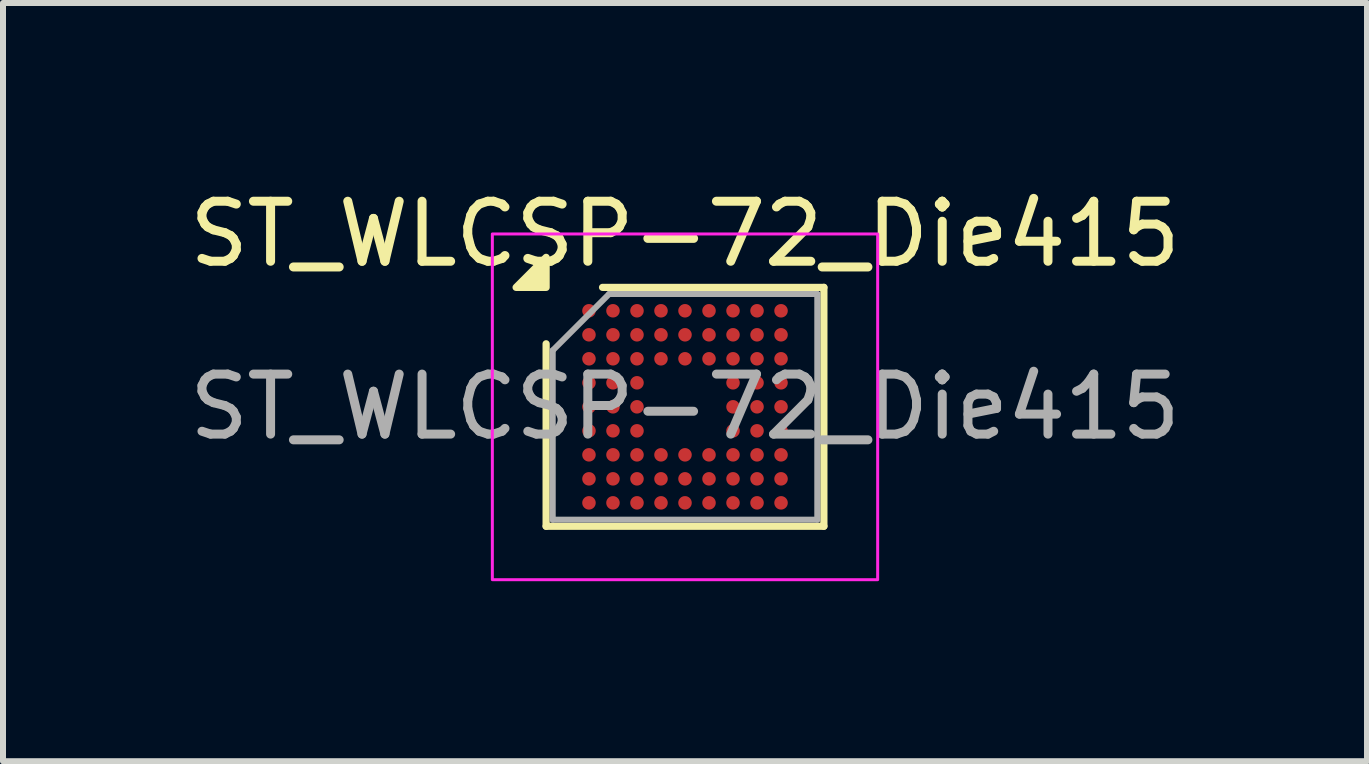
<source format=kicad_pcb>
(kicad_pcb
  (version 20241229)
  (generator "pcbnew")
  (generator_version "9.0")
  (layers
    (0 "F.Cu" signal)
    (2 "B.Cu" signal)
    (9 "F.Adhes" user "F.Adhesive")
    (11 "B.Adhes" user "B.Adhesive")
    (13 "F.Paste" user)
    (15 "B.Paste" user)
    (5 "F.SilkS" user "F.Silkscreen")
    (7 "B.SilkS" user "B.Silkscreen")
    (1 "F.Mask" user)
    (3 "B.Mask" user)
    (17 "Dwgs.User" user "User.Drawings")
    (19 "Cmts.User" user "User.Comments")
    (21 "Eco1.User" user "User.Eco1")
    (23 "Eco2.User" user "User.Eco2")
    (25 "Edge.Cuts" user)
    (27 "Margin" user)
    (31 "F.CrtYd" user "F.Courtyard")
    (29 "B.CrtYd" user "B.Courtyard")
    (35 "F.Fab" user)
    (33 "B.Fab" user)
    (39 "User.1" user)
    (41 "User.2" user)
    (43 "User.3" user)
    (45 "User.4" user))
  (footprint "ST_WLCSP-72_Die415"
    (layer "F.Cu")
    (at 8.363 3.728)
    (property "Reference" "ST_WLCSP-72_Die415" (at 0 -2.88 0) (layer "F.SilkS") (effects (font (size 1 1) (thickness 0.15))))
    (attr smd)
    (fp_line (start -2.314 1.99) (end -2.314 -1.05) (stroke (width 0.12) (type solid)) (layer "F.SilkS"))
    (fp_line (start -1.374 -1.99) (end 2.314 -1.99) (stroke (width 0.12) (type solid)) (layer "F.SilkS"))
    (fp_line (start 2.314 -1.99) (end 2.314 1.99) (stroke (width 0.12) (type solid)) (layer "F.SilkS"))
    (fp_line (start 2.314 1.99) (end -2.314 1.99) (stroke (width 0.12) (type solid)) (layer "F.SilkS"))
    (fp_poly (pts (xy -2.314 -1.99) (xy -2.814 -1.99) (xy -2.314 -2.49)) (stroke (width 0.12) (type solid)) (fill yes) (layer "F.SilkS"))
    (fp_rect (start -3.21 -2.88) (end 3.21 2.88) (stroke (width 0.05) (type solid)) (fill no) (layer "F.CrtYd"))
    (fp_line (start -2.204 -0.94) (end -1.264 -1.88) (stroke (width 0.1) (type solid)) (layer "F.Fab"))
    (fp_line (start -2.204 1.88) (end -2.204 -0.94) (stroke (width 0.1) (type solid)) (layer "F.Fab"))
    (fp_line (start -1.264 -1.88) (end 2.204 -1.88) (stroke (width 0.1) (type solid)) (layer "F.Fab"))
    (fp_line (start 2.204 -1.88) (end 2.204 1.88) (stroke (width 0.1) (type solid)) (layer "F.Fab"))
    (fp_line (start 2.204 1.88) (end -2.204 1.88) (stroke (width 0.1) (type solid)) (layer "F.Fab"))
    (fp_text user "${REFERENCE}" (at 0 0 0) (layer "F.Fab") (effects (font (size 1 1) (thickness 0.15))))
    (pad "A1" smd circle (at -1.6 -1.6) (size 0.225 0.225) (property pad_prop_bga) (layers "F.Cu" "F.Mask" "F.Paste"))
    (pad "A2" smd circle (at -1.2 -1.6) (size 0.225 0.225) (property pad_prop_bga) (layers "F.Cu" "F.Mask" "F.Paste"))
    (pad "A3" smd circle (at -0.8 -1.6) (size 0.225 0.225) (property pad_prop_bga) (layers "F.Cu" "F.Mask" "F.Paste"))
    (pad "A4" smd circle (at -0.4 -1.6) (size 0.225 0.225) (property pad_prop_bga) (layers "F.Cu" "F.Mask" "F.Paste"))
    (pad "A5" smd circle (at 0 -1.6) (size 0.225 0.225) (property pad_prop_bga) (layers "F.Cu" "F.Mask" "F.Paste"))
    (pad "A6" smd circle (at 0.4 -1.6) (size 0.225 0.225) (property pad_prop_bga) (layers "F.Cu" "F.Mask" "F.Paste"))
    (pad "A7" smd circle (at 0.8 -1.6) (size 0.225 0.225) (property pad_prop_bga) (layers "F.Cu" "F.Mask" "F.Paste"))
    (pad "A8" smd circle (at 1.2 -1.6) (size 0.225 0.225) (property pad_prop_bga) (layers "F.Cu" "F.Mask" "F.Paste"))
    (pad "A9" smd circle (at 1.6 -1.6) (size 0.225 0.225) (property pad_prop_bga) (layers "F.Cu" "F.Mask" "F.Paste"))
    (pad "B1" smd circle (at -1.6 -1.2) (size 0.225 0.225) (property pad_prop_bga) (layers "F.Cu" "F.Mask" "F.Paste"))
    (pad "B2" smd circle (at -1.2 -1.2) (size 0.225 0.225) (property pad_prop_bga) (layers "F.Cu" "F.Mask" "F.Paste"))
    (pad "B3" smd circle (at -0.8 -1.2) (size 0.225 0.225) (property pad_prop_bga) (layers "F.Cu" "F.Mask" "F.Paste"))
    (pad "B4" smd circle (at -0.4 -1.2) (size 0.225 0.225) (property pad_prop_bga) (layers "F.Cu" "F.Mask" "F.Paste"))
    (pad "B5" smd circle (at 0 -1.2) (size 0.225 0.225) (property pad_prop_bga) (layers "F.Cu" "F.Mask" "F.Paste"))
    (pad "B6" smd circle (at 0.4 -1.2) (size 0.225 0.225) (property pad_prop_bga) (layers "F.Cu" "F.Mask" "F.Paste"))
    (pad "B7" smd circle (at 0.8 -1.2) (size 0.225 0.225) (property pad_prop_bga) (layers "F.Cu" "F.Mask" "F.Paste"))
    (pad "B8" smd circle (at 1.2 -1.2) (size 0.225 0.225) (property pad_prop_bga) (layers "F.Cu" "F.Mask" "F.Paste"))
    (pad "B9" smd circle (at 1.6 -1.2) (size 0.225 0.225) (property pad_prop_bga) (layers "F.Cu" "F.Mask" "F.Paste"))
    (pad "C1" smd circle (at -1.6 -0.8) (size 0.225 0.225) (property pad_prop_bga) (layers "F.Cu" "F.Mask" "F.Paste"))
    (pad "C2" smd circle (at -1.2 -0.8) (size 0.225 0.225) (property pad_prop_bga) (layers "F.Cu" "F.Mask" "F.Paste"))
    (pad "C3" smd circle (at -0.8 -0.8) (size 0.225 0.225) (property pad_prop_bga) (layers "F.Cu" "F.Mask" "F.Paste"))
    (pad "C4" smd circle (at -0.4 -0.8) (size 0.225 0.225) (property pad_prop_bga) (layers "F.Cu" "F.Mask" "F.Paste"))
    (pad "C5" smd circle (at 0 -0.8) (size 0.225 0.225) (property pad_prop_bga) (layers "F.Cu" "F.Mask" "F.Paste"))
    (pad "C6" smd circle (at 0.4 -0.8) (size 0.225 0.225) (property pad_prop_bga) (layers "F.Cu" "F.Mask" "F.Paste"))
    (pad "C7" smd circle (at 0.8 -0.8) (size 0.225 0.225) (property pad_prop_bga) (layers "F.Cu" "F.Mask" "F.Paste"))
    (pad "C8" smd circle (at 1.2 -0.8) (size 0.225 0.225) (property pad_prop_bga) (layers "F.Cu" "F.Mask" "F.Paste"))
    (pad "C9" smd circle (at 1.6 -0.8) (size 0.225 0.225) (property pad_prop_bga) (layers "F.Cu" "F.Mask" "F.Paste"))
    (pad "D1" smd circle (at -1.6 -0.4) (size 0.225 0.225) (property pad_prop_bga) (layers "F.Cu" "F.Mask" "F.Paste"))
    (pad "D2" smd circle (at -1.2 -0.4) (size 0.225 0.225) (property pad_prop_bga) (layers "F.Cu" "F.Mask" "F.Paste"))
    (pad "D3" smd circle (at -0.8 -0.4) (size 0.225 0.225) (property pad_prop_bga) (layers "F.Cu" "F.Mask" "F.Paste"))
    (pad "D7" smd circle (at 0.8 -0.4) (size 0.225 0.225) (property pad_prop_bga) (layers "F.Cu" "F.Mask" "F.Paste"))
    (pad "D8" smd circle (at 1.2 -0.4) (size 0.225 0.225) (property pad_prop_bga) (layers "F.Cu" "F.Mask" "F.Paste"))
    (pad "D9" smd circle (at 1.6 -0.4) (size 0.225 0.225) (property pad_prop_bga) (layers "F.Cu" "F.Mask" "F.Paste"))
    (pad "E1" smd circle (at -1.6 0) (size 0.225 0.225) (property pad_prop_bga) (layers "F.Cu" "F.Mask" "F.Paste"))
    (pad "E2" smd circle (at -1.2 0) (size 0.225 0.225) (property pad_prop_bga) (layers "F.Cu" "F.Mask" "F.Paste"))
    (pad "E3" smd circle (at -0.8 0) (size 0.225 0.225) (property pad_prop_bga) (layers "F.Cu" "F.Mask" "F.Paste"))
    (pad "E7" smd circle (at 0.8 0) (size 0.225 0.225) (property pad_prop_bga) (layers "F.Cu" "F.Mask" "F.Paste"))
    (pad "E8" smd circle (at 1.2 0) (size 0.225 0.225) (property pad_prop_bga) (layers "F.Cu" "F.Mask" "F.Paste"))
    (pad "E9" smd circle (at 1.6 0) (size 0.225 0.225) (property pad_prop_bga) (layers "F.Cu" "F.Mask" "F.Paste"))
    (pad "F1" smd circle (at -1.6 0.4) (size 0.225 0.225) (property pad_prop_bga) (layers "F.Cu" "F.Mask" "F.Paste"))
    (pad "F2" smd circle (at -1.2 0.4) (size 0.225 0.225) (property pad_prop_bga) (layers "F.Cu" "F.Mask" "F.Paste"))
    (pad "F3" smd circle (at -0.8 0.4) (size 0.225 0.225) (property pad_prop_bga) (layers "F.Cu" "F.Mask" "F.Paste"))
    (pad "F7" smd circle (at 0.8 0.4) (size 0.225 0.225) (property pad_prop_bga) (layers "F.Cu" "F.Mask" "F.Paste"))
    (pad "F8" smd circle (at 1.2 0.4) (size 0.225 0.225) (property pad_prop_bga) (layers "F.Cu" "F.Mask" "F.Paste"))
    (pad "F9" smd circle (at 1.6 0.4) (size 0.225 0.225) (property pad_prop_bga) (layers "F.Cu" "F.Mask" "F.Paste"))
    (pad "G1" smd circle (at -1.6 0.8) (size 0.225 0.225) (property pad_prop_bga) (layers "F.Cu" "F.Mask" "F.Paste"))
    (pad "G2" smd circle (at -1.2 0.8) (size 0.225 0.225) (property pad_prop_bga) (layers "F.Cu" "F.Mask" "F.Paste"))
    (pad "G3" smd circle (at -0.8 0.8) (size 0.225 0.225) (property pad_prop_bga) (layers "F.Cu" "F.Mask" "F.Paste"))
    (pad "G4" smd circle (at -0.4 0.8) (size 0.225 0.225) (property pad_prop_bga) (layers "F.Cu" "F.Mask" "F.Paste"))
    (pad "G5" smd circle (at 0 0.8) (size 0.225 0.225) (property pad_prop_bga) (layers "F.Cu" "F.Mask" "F.Paste"))
    (pad "G6" smd circle (at 0.4 0.8) (size 0.225 0.225) (property pad_prop_bga) (layers "F.Cu" "F.Mask" "F.Paste"))
    (pad "G7" smd circle (at 0.8 0.8) (size 0.225 0.225) (property pad_prop_bga) (layers "F.Cu" "F.Mask" "F.Paste"))
    (pad "G8" smd circle (at 1.2 0.8) (size 0.225 0.225) (property pad_prop_bga) (layers "F.Cu" "F.Mask" "F.Paste"))
    (pad "G9" smd circle (at 1.6 0.8) (size 0.225 0.225) (property pad_prop_bga) (layers "F.Cu" "F.Mask" "F.Paste"))
    (pad "H1" smd circle (at -1.6 1.2) (size 0.225 0.225) (property pad_prop_bga) (layers "F.Cu" "F.Mask" "F.Paste"))
    (pad "H2" smd circle (at -1.2 1.2) (size 0.225 0.225) (property pad_prop_bga) (layers "F.Cu" "F.Mask" "F.Paste"))
    (pad "H3" smd circle (at -0.8 1.2) (size 0.225 0.225) (property pad_prop_bga) (layers "F.Cu" "F.Mask" "F.Paste"))
    (pad "H4" smd circle (at -0.4 1.2) (size 0.225 0.225) (property pad_prop_bga) (layers "F.Cu" "F.Mask" "F.Paste"))
    (pad "H5" smd circle (at 0 1.2) (size 0.225 0.225) (property pad_prop_bga) (layers "F.Cu" "F.Mask" "F.Paste"))
    (pad "H6" smd circle (at 0.4 1.2) (size 0.225 0.225) (property pad_prop_bga) (layers "F.Cu" "F.Mask" "F.Paste"))
    (pad "H7" smd circle (at 0.8 1.2) (size 0.225 0.225) (property pad_prop_bga) (layers "F.Cu" "F.Mask" "F.Paste"))
    (pad "H8" smd circle (at 1.2 1.2) (size 0.225 0.225) (property pad_prop_bga) (layers "F.Cu" "F.Mask" "F.Paste"))
    (pad "H9" smd circle (at 1.6 1.2) (size 0.225 0.225) (property pad_prop_bga) (layers "F.Cu" "F.Mask" "F.Paste"))
    (pad "J1" smd circle (at -1.6 1.6) (size 0.225 0.225) (property pad_prop_bga) (layers "F.Cu" "F.Mask" "F.Paste"))
    (pad "J2" smd circle (at -1.2 1.6) (size 0.225 0.225) (property pad_prop_bga) (layers "F.Cu" "F.Mask" "F.Paste"))
    (pad "J3" smd circle (at -0.8 1.6) (size 0.225 0.225) (property pad_prop_bga) (layers "F.Cu" "F.Mask" "F.Paste"))
    (pad "J4" smd circle (at -0.4 1.6) (size 0.225 0.225) (property pad_prop_bga) (layers "F.Cu" "F.Mask" "F.Paste"))
    (pad "J5" smd circle (at 0 1.6) (size 0.225 0.225) (property pad_prop_bga) (layers "F.Cu" "F.Mask" "F.Paste"))
    (pad "J6" smd circle (at 0.4 1.6) (size 0.225 0.225) (property pad_prop_bga) (layers "F.Cu" "F.Mask" "F.Paste"))
    (pad "J7" smd circle (at 0.8 1.6) (size 0.225 0.225) (property pad_prop_bga) (layers "F.Cu" "F.Mask" "F.Paste"))
    (pad "J8" smd circle (at 1.2 1.6) (size 0.225 0.225) (property pad_prop_bga) (layers "F.Cu" "F.Mask" "F.Paste"))
    (pad "J9" smd circle (at 1.6 1.6) (size 0.225 0.225) (property pad_prop_bga) (layers "F.Cu" "F.Mask" "F.Paste")))
  (gr_rect
    (start -3 -3)
    (end 19.726 9.633)
    (stroke (width 0.1) (type default))
    (fill no)
    (layer "Edge.Cuts")))
</source>
